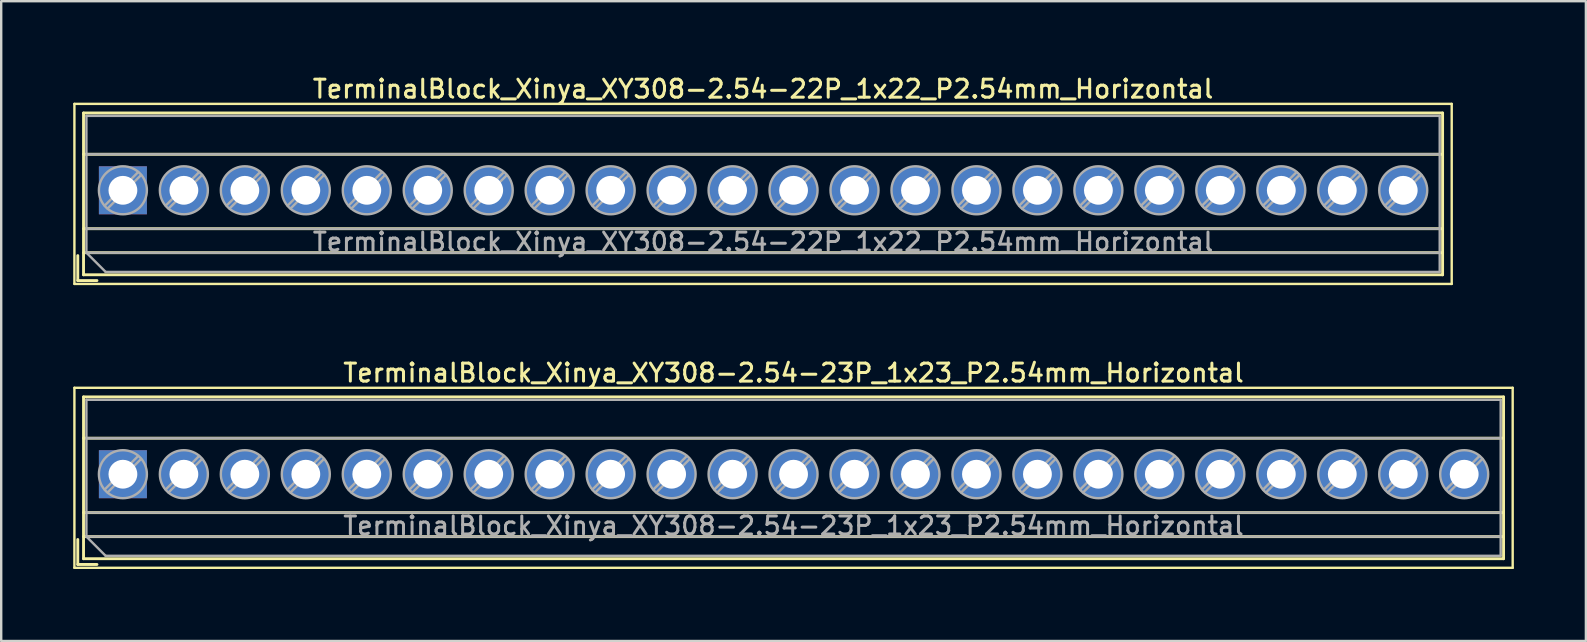
<source format=kicad_pcb>
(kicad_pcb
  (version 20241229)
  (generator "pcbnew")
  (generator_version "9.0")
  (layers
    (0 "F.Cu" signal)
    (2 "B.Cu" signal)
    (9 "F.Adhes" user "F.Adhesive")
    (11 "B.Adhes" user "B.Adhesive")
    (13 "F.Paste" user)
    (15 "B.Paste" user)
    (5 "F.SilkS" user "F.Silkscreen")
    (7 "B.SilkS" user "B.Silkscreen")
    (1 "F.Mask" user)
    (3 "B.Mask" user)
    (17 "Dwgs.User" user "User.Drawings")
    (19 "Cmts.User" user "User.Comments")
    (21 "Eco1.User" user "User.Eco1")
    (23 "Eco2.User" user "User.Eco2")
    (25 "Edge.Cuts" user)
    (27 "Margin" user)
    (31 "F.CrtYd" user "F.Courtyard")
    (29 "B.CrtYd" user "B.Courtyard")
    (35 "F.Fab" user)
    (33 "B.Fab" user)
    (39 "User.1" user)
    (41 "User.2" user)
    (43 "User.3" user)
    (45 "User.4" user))
  (footprint "TerminalBlock_Xinya_XY308-2.54-23P_1x23_P2.54mm_Horizontal"
    (layer "F.Cu")
    (at 2.07 16.706)
    (property "Reference" "TerminalBlock_Xinya_XY308-2.54-23P_1x23_P2.54mm_Horizontal" (at 27.94 -4.22 0) (layer "F.SilkS") (effects (font (size 0.75 0.75) (thickness 0.125))))
    (attr through_hole)
    (fp_line (start -2.02 -3.6) (end -2.02 3.9) (stroke (width 0.1) (type solid)) (layer "F.SilkS"))
    (fp_line (start -2.02 3.9) (end 57.9 3.9) (stroke (width 0.1) (type solid)) (layer "F.SilkS"))
    (fp_line (start -1.88 2.72) (end -1.88 3.76) (stroke (width 0.12) (type solid)) (layer "F.SilkS"))
    (fp_line (start -1.88 3.76) (end -1.08 3.76) (stroke (width 0.12) (type solid)) (layer "F.SilkS"))
    (fp_line (start -1.64 -3.22) (end -1.64 3.52) (stroke (width 0.12) (type solid)) (layer "F.SilkS"))
    (fp_line (start -1.64 -3.22) (end 57.52 -3.22) (stroke (width 0.12) (type solid)) (layer "F.SilkS"))
    (fp_line (start -1.64 -1.501) (end 57.52 -1.501) (stroke (width 0.12) (type solid)) (layer "F.SilkS"))
    (fp_line (start -1.64 1.6) (end 57.52 1.6) (stroke (width 0.12) (type solid)) (layer "F.SilkS"))
    (fp_line (start -1.64 2.6) (end 57.52 2.6) (stroke (width 0.12) (type solid)) (layer "F.SilkS"))
    (fp_line (start -1.64 3.52) (end 57.52 3.52) (stroke (width 0.12) (type solid)) (layer "F.SilkS"))
    (fp_line (start 57.52 -3.22) (end 57.52 3.52) (stroke (width 0.12) (type solid)) (layer "F.SilkS"))
    (fp_line (start 57.9 -3.6) (end -2.02 -3.6) (stroke (width 0.1) (type solid)) (layer "F.SilkS"))
    (fp_line (start 57.9 3.9) (end 57.9 -3.6) (stroke (width 0.1) (type solid)) (layer "F.SilkS"))
    (fp_line (start -1.52 -3.1) (end 57.4 -3.1) (stroke (width 0.1) (type solid)) (layer "F.Fab"))
    (fp_line (start -1.52 -1.5) (end 57.4 -1.5) (stroke (width 0.1) (type solid)) (layer "F.Fab"))
    (fp_line (start -1.52 1.6) (end 57.4 1.6) (stroke (width 0.1) (type solid)) (layer "F.Fab"))
    (fp_line (start -1.52 2.6) (end -1.52 -3.1) (stroke (width 0.1) (type solid)) (layer "F.Fab"))
    (fp_line (start -1.52 2.6) (end 57.4 2.6) (stroke (width 0.1) (type solid)) (layer "F.Fab"))
    (fp_line (start -0.72 3.4) (end -1.52 2.6) (stroke (width 0.1) (type solid)) (layer "F.Fab"))
    (fp_line (start 0.637 -0.759) (end -0.759 0.637) (stroke (width 0.1) (type solid)) (layer "F.Fab"))
    (fp_line (start 0.759 -0.637) (end -0.637 0.759) (stroke (width 0.1) (type solid)) (layer "F.Fab"))
    (fp_line (start 3.177 -0.759) (end 1.782 0.637) (stroke (width 0.1) (type solid)) (layer "F.Fab"))
    (fp_line (start 3.299 -0.637) (end 1.904 0.759) (stroke (width 0.1) (type solid)) (layer "F.Fab"))
    (fp_line (start 5.717 -0.759) (end 4.322 0.637) (stroke (width 0.1) (type solid)) (layer "F.Fab"))
    (fp_line (start 5.839 -0.637) (end 4.444 0.759) (stroke (width 0.1) (type solid)) (layer "F.Fab"))
    (fp_line (start 8.257 -0.759) (end 6.862 0.637) (stroke (width 0.1) (type solid)) (layer "F.Fab"))
    (fp_line (start 8.379 -0.637) (end 6.984 0.759) (stroke (width 0.1) (type solid)) (layer "F.Fab"))
    (fp_line (start 10.797 -0.759) (end 9.402 0.637) (stroke (width 0.1) (type solid)) (layer "F.Fab"))
    (fp_line (start 10.919 -0.637) (end 9.524 0.759) (stroke (width 0.1) (type solid)) (layer "F.Fab"))
    (fp_line (start 13.337 -0.759) (end 11.942 0.637) (stroke (width 0.1) (type solid)) (layer "F.Fab"))
    (fp_line (start 13.459 -0.637) (end 12.064 0.759) (stroke (width 0.1) (type solid)) (layer "F.Fab"))
    (fp_line (start 15.877 -0.759) (end 14.482 0.637) (stroke (width 0.1) (type solid)) (layer "F.Fab"))
    (fp_line (start 15.999 -0.637) (end 14.604 0.759) (stroke (width 0.1) (type solid)) (layer "F.Fab"))
    (fp_line (start 18.417 -0.759) (end 17.022 0.637) (stroke (width 0.1) (type solid)) (layer "F.Fab"))
    (fp_line (start 18.539 -0.637) (end 17.144 0.759) (stroke (width 0.1) (type solid)) (layer "F.Fab"))
    (fp_line (start 20.957 -0.759) (end 19.562 0.637) (stroke (width 0.1) (type solid)) (layer "F.Fab"))
    (fp_line (start 21.079 -0.637) (end 19.684 0.759) (stroke (width 0.1) (type solid)) (layer "F.Fab"))
    (fp_line (start 23.497 -0.759) (end 22.102 0.637) (stroke (width 0.1) (type solid)) (layer "F.Fab"))
    (fp_line (start 23.619 -0.637) (end 22.224 0.759) (stroke (width 0.1) (type solid)) (layer "F.Fab"))
    (fp_line (start 26.037 -0.759) (end 24.642 0.637) (stroke (width 0.1) (type solid)) (layer "F.Fab"))
    (fp_line (start 26.159 -0.637) (end 24.764 0.759) (stroke (width 0.1) (type solid)) (layer "F.Fab"))
    (fp_line (start 28.577 -0.759) (end 27.182 0.637) (stroke (width 0.1) (type solid)) (layer "F.Fab"))
    (fp_line (start 28.699 -0.637) (end 27.304 0.759) (stroke (width 0.1) (type solid)) (layer "F.Fab"))
    (fp_line (start 31.117 -0.759) (end 29.722 0.637) (stroke (width 0.1) (type solid)) (layer "F.Fab"))
    (fp_line (start 31.239 -0.637) (end 29.844 0.759) (stroke (width 0.1) (type solid)) (layer "F.Fab"))
    (fp_line (start 33.657 -0.759) (end 32.262 0.637) (stroke (width 0.1) (type solid)) (layer "F.Fab"))
    (fp_line (start 33.779 -0.637) (end 32.384 0.759) (stroke (width 0.1) (type solid)) (layer "F.Fab"))
    (fp_line (start 36.197 -0.759) (end 34.802 0.637) (stroke (width 0.1) (type solid)) (layer "F.Fab"))
    (fp_line (start 36.319 -0.637) (end 34.924 0.759) (stroke (width 0.1) (type solid)) (layer "F.Fab"))
    (fp_line (start 38.737 -0.759) (end 37.342 0.637) (stroke (width 0.1) (type solid)) (layer "F.Fab"))
    (fp_line (start 38.859 -0.637) (end 37.464 0.759) (stroke (width 0.1) (type solid)) (layer "F.Fab"))
    (fp_line (start 41.277 -0.759) (end 39.882 0.637) (stroke (width 0.1) (type solid)) (layer "F.Fab"))
    (fp_line (start 41.399 -0.637) (end 40.004 0.759) (stroke (width 0.1) (type solid)) (layer "F.Fab"))
    (fp_line (start 43.817 -0.759) (end 42.422 0.637) (stroke (width 0.1) (type solid)) (layer "F.Fab"))
    (fp_line (start 43.939 -0.637) (end 42.544 0.759) (stroke (width 0.1) (type solid)) (layer "F.Fab"))
    (fp_line (start 46.357 -0.759) (end 44.962 0.637) (stroke (width 0.1) (type solid)) (layer "F.Fab"))
    (fp_line (start 46.479 -0.637) (end 45.084 0.759) (stroke (width 0.1) (type solid)) (layer "F.Fab"))
    (fp_line (start 48.897 -0.759) (end 47.502 0.637) (stroke (width 0.1) (type solid)) (layer "F.Fab"))
    (fp_line (start 49.019 -0.637) (end 47.624 0.759) (stroke (width 0.1) (type solid)) (layer "F.Fab"))
    (fp_line (start 51.437 -0.759) (end 50.042 0.637) (stroke (width 0.1) (type solid)) (layer "F.Fab"))
    (fp_line (start 51.559 -0.637) (end 50.164 0.759) (stroke (width 0.1) (type solid)) (layer "F.Fab"))
    (fp_line (start 53.977 -0.759) (end 52.582 0.637) (stroke (width 0.1) (type solid)) (layer "F.Fab"))
    (fp_line (start 54.099 -0.637) (end 52.704 0.759) (stroke (width 0.1) (type solid)) (layer "F.Fab"))
    (fp_line (start 56.517 -0.759) (end 55.122 0.637) (stroke (width 0.1) (type solid)) (layer "F.Fab"))
    (fp_line (start 56.639 -0.637) (end 55.244 0.759) (stroke (width 0.1) (type solid)) (layer "F.Fab"))
    (fp_line (start 57.4 -3.1) (end 57.4 3.4) (stroke (width 0.1) (type solid)) (layer "F.Fab"))
    (fp_line (start 57.4 3.4) (end -0.72 3.4) (stroke (width 0.1) (type solid)) (layer "F.Fab"))
    (fp_circle (center 0 0) (end 1 0) (stroke (width 0.1) (type solid)) (fill no) (layer "F.Fab"))
    (fp_circle (center 2.54 0) (end 3.54 0) (stroke (width 0.1) (type solid)) (fill no) (layer "F.Fab"))
    (fp_circle (center 5.08 0) (end 6.08 0) (stroke (width 0.1) (type solid)) (fill no) (layer "F.Fab"))
    (fp_circle (center 7.62 0) (end 8.62 0) (stroke (width 0.1) (type solid)) (fill no) (layer "F.Fab"))
    (fp_circle (center 10.16 0) (end 11.16 0) (stroke (width 0.1) (type solid)) (fill no) (layer "F.Fab"))
    (fp_circle (center 12.7 0) (end 13.7 0) (stroke (width 0.1) (type solid)) (fill no) (layer "F.Fab"))
    (fp_circle (center 15.24 0) (end 16.24 0) (stroke (width 0.1) (type solid)) (fill no) (layer "F.Fab"))
    (fp_circle (center 17.78 0) (end 18.78 0) (stroke (width 0.1) (type solid)) (fill no) (layer "F.Fab"))
    (fp_circle (center 20.32 0) (end 21.32 0) (stroke (width 0.1) (type solid)) (fill no) (layer "F.Fab"))
    (fp_circle (center 22.86 0) (end 23.86 0) (stroke (width 0.1) (type solid)) (fill no) (layer "F.Fab"))
    (fp_circle (center 25.4 0) (end 26.4 0) (stroke (width 0.1) (type solid)) (fill no) (layer "F.Fab"))
    (fp_circle (center 27.94 0) (end 28.94 0) (stroke (width 0.1) (type solid)) (fill no) (layer "F.Fab"))
    (fp_circle (center 30.48 0) (end 31.48 0) (stroke (width 0.1) (type solid)) (fill no) (layer "F.Fab"))
    (fp_circle (center 33.02 0) (end 34.02 0) (stroke (width 0.1) (type solid)) (fill no) (layer "F.Fab"))
    (fp_circle (center 35.56 0) (end 36.56 0) (stroke (width 0.1) (type solid)) (fill no) (layer "F.Fab"))
    (fp_circle (center 38.1 0) (end 39.1 0) (stroke (width 0.1) (type solid)) (fill no) (layer "F.Fab"))
    (fp_circle (center 40.64 0) (end 41.64 0) (stroke (width 0.1) (type solid)) (fill no) (layer "F.Fab"))
    (fp_circle (center 43.18 0) (end 44.18 0) (stroke (width 0.1) (type solid)) (fill no) (layer "F.Fab"))
    (fp_circle (center 45.72 0) (end 46.72 0) (stroke (width 0.1) (type solid)) (fill no) (layer "F.Fab"))
    (fp_circle (center 48.26 0) (end 49.26 0) (stroke (width 0.1) (type solid)) (fill no) (layer "F.Fab"))
    (fp_circle (center 50.8 0) (end 51.8 0) (stroke (width 0.1) (type solid)) (fill no) (layer "F.Fab"))
    (fp_circle (center 53.34 0) (end 54.34 0) (stroke (width 0.1) (type solid)) (fill no) (layer "F.Fab"))
    (fp_circle (center 55.88 0) (end 56.88 0) (stroke (width 0.1) (type solid)) (fill no) (layer "F.Fab"))
    (fp_text user "${REFERENCE}" (at 27.94 2.15 0) (layer "F.Fab") (effects (font (size 0.75 0.75) (thickness 0.125))))
    (pad "1" thru_hole rect (at 0 0) (size 2 2) (drill 1.2) (layers "*.Cu" "*.Mask"))
    (pad "2" thru_hole circle (at 2.54 0) (size 2 2) (drill 1.2) (layers "*.Cu" "*.Mask"))
    (pad "3" thru_hole circle (at 5.08 0) (size 2 2) (drill 1.2) (layers "*.Cu" "*.Mask"))
    (pad "4" thru_hole circle (at 7.62 0) (size 2 2) (drill 1.2) (layers "*.Cu" "*.Mask"))
    (pad "5" thru_hole circle (at 10.16 0) (size 2 2) (drill 1.2) (layers "*.Cu" "*.Mask"))
    (pad "6" thru_hole circle (at 12.7 0) (size 2 2) (drill 1.2) (layers "*.Cu" "*.Mask"))
    (pad "7" thru_hole circle (at 15.24 0) (size 2 2) (drill 1.2) (layers "*.Cu" "*.Mask"))
    (pad "8" thru_hole circle (at 17.78 0) (size 2 2) (drill 1.2) (layers "*.Cu" "*.Mask"))
    (pad "9" thru_hole circle (at 20.32 0) (size 2 2) (drill 1.2) (layers "*.Cu" "*.Mask"))
    (pad "10" thru_hole circle (at 22.86 0) (size 2 2) (drill 1.2) (layers "*.Cu" "*.Mask"))
    (pad "11" thru_hole circle (at 25.4 0) (size 2 2) (drill 1.2) (layers "*.Cu" "*.Mask"))
    (pad "12" thru_hole circle (at 27.94 0) (size 2 2) (drill 1.2) (layers "*.Cu" "*.Mask"))
    (pad "13" thru_hole circle (at 30.48 0) (size 2 2) (drill 1.2) (layers "*.Cu" "*.Mask"))
    (pad "14" thru_hole circle (at 33.02 0) (size 2 2) (drill 1.2) (layers "*.Cu" "*.Mask"))
    (pad "15" thru_hole circle (at 35.56 0) (size 2 2) (drill 1.2) (layers "*.Cu" "*.Mask"))
    (pad "16" thru_hole circle (at 38.1 0) (size 2 2) (drill 1.2) (layers "*.Cu" "*.Mask"))
    (pad "17" thru_hole circle (at 40.64 0) (size 2 2) (drill 1.2) (layers "*.Cu" "*.Mask"))
    (pad "18" thru_hole circle (at 43.18 0) (size 2 2) (drill 1.2) (layers "*.Cu" "*.Mask"))
    (pad "19" thru_hole circle (at 45.72 0) (size 2 2) (drill 1.2) (layers "*.Cu" "*.Mask"))
    (pad "20" thru_hole circle (at 48.26 0) (size 2 2) (drill 1.2) (layers "*.Cu" "*.Mask"))
    (pad "21" thru_hole circle (at 50.8 0) (size 2 2) (drill 1.2) (layers "*.Cu" "*.Mask"))
    (pad "22" thru_hole circle (at 53.34 0) (size 2 2) (drill 1.2) (layers "*.Cu" "*.Mask"))
    (pad "23" thru_hole circle (at 55.88 0) (size 2 2) (drill 1.2) (layers "*.Cu" "*.Mask")))
  (footprint "TerminalBlock_Xinya_XY308-2.54-22P_1x22_P2.54mm_Horizontal"
    (layer "F.Cu")
    (at 2.07 4.878)
    (property "Reference" "TerminalBlock_Xinya_XY308-2.54-22P_1x22_P2.54mm_Horizontal" (at 26.67 -4.22 0) (layer "F.SilkS") (effects (font (size 0.75 0.75) (thickness 0.125))))
    (attr through_hole)
    (fp_line (start -2.02 -3.6) (end -2.02 3.9) (stroke (width 0.1) (type solid)) (layer "F.SilkS"))
    (fp_line (start -2.02 3.9) (end 55.36 3.9) (stroke (width 0.1) (type solid)) (layer "F.SilkS"))
    (fp_line (start -1.88 2.72) (end -1.88 3.76) (stroke (width 0.12) (type solid)) (layer "F.SilkS"))
    (fp_line (start -1.88 3.76) (end -1.08 3.76) (stroke (width 0.12) (type solid)) (layer "F.SilkS"))
    (fp_line (start -1.64 -3.22) (end -1.64 3.52) (stroke (width 0.12) (type solid)) (layer "F.SilkS"))
    (fp_line (start -1.64 -3.22) (end 54.98 -3.22) (stroke (width 0.12) (type solid)) (layer "F.SilkS"))
    (fp_line (start -1.64 -1.501) (end 54.98 -1.501) (stroke (width 0.12) (type solid)) (layer "F.SilkS"))
    (fp_line (start -1.64 1.6) (end 54.98 1.6) (stroke (width 0.12) (type solid)) (layer "F.SilkS"))
    (fp_line (start -1.64 2.6) (end 54.98 2.6) (stroke (width 0.12) (type solid)) (layer "F.SilkS"))
    (fp_line (start -1.64 3.52) (end 54.98 3.52) (stroke (width 0.12) (type solid)) (layer "F.SilkS"))
    (fp_line (start 54.98 -3.22) (end 54.98 3.52) (stroke (width 0.12) (type solid)) (layer "F.SilkS"))
    (fp_line (start 55.36 -3.6) (end -2.02 -3.6) (stroke (width 0.1) (type solid)) (layer "F.SilkS"))
    (fp_line (start 55.36 3.9) (end 55.36 -3.6) (stroke (width 0.1) (type solid)) (layer "F.SilkS"))
    (fp_line (start -1.52 -3.1) (end 54.86 -3.1) (stroke (width 0.1) (type solid)) (layer "F.Fab"))
    (fp_line (start -1.52 -1.5) (end 54.86 -1.5) (stroke (width 0.1) (type solid)) (layer "F.Fab"))
    (fp_line (start -1.52 1.6) (end 54.86 1.6) (stroke (width 0.1) (type solid)) (layer "F.Fab"))
    (fp_line (start -1.52 2.6) (end -1.52 -3.1) (stroke (width 0.1) (type solid)) (layer "F.Fab"))
    (fp_line (start -1.52 2.6) (end 54.86 2.6) (stroke (width 0.1) (type solid)) (layer "F.Fab"))
    (fp_line (start -0.72 3.4) (end -1.52 2.6) (stroke (width 0.1) (type solid)) (layer "F.Fab"))
    (fp_line (start 0.637 -0.759) (end -0.759 0.637) (stroke (width 0.1) (type solid)) (layer "F.Fab"))
    (fp_line (start 0.759 -0.637) (end -0.637 0.759) (stroke (width 0.1) (type solid)) (layer "F.Fab"))
    (fp_line (start 3.177 -0.759) (end 1.782 0.637) (stroke (width 0.1) (type solid)) (layer "F.Fab"))
    (fp_line (start 3.299 -0.637) (end 1.904 0.759) (stroke (width 0.1) (type solid)) (layer "F.Fab"))
    (fp_line (start 5.717 -0.759) (end 4.322 0.637) (stroke (width 0.1) (type solid)) (layer "F.Fab"))
    (fp_line (start 5.839 -0.637) (end 4.444 0.759) (stroke (width 0.1) (type solid)) (layer "F.Fab"))
    (fp_line (start 8.257 -0.759) (end 6.862 0.637) (stroke (width 0.1) (type solid)) (layer "F.Fab"))
    (fp_line (start 8.379 -0.637) (end 6.984 0.759) (stroke (width 0.1) (type solid)) (layer "F.Fab"))
    (fp_line (start 10.797 -0.759) (end 9.402 0.637) (stroke (width 0.1) (type solid)) (layer "F.Fab"))
    (fp_line (start 10.919 -0.637) (end 9.524 0.759) (stroke (width 0.1) (type solid)) (layer "F.Fab"))
    (fp_line (start 13.337 -0.759) (end 11.942 0.637) (stroke (width 0.1) (type solid)) (layer "F.Fab"))
    (fp_line (start 13.459 -0.637) (end 12.064 0.759) (stroke (width 0.1) (type solid)) (layer "F.Fab"))
    (fp_line (start 15.877 -0.759) (end 14.482 0.637) (stroke (width 0.1) (type solid)) (layer "F.Fab"))
    (fp_line (start 15.999 -0.637) (end 14.604 0.759) (stroke (width 0.1) (type solid)) (layer "F.Fab"))
    (fp_line (start 18.417 -0.759) (end 17.022 0.637) (stroke (width 0.1) (type solid)) (layer "F.Fab"))
    (fp_line (start 18.539 -0.637) (end 17.144 0.759) (stroke (width 0.1) (type solid)) (layer "F.Fab"))
    (fp_line (start 20.957 -0.759) (end 19.562 0.637) (stroke (width 0.1) (type solid)) (layer "F.Fab"))
    (fp_line (start 21.079 -0.637) (end 19.684 0.759) (stroke (width 0.1) (type solid)) (layer "F.Fab"))
    (fp_line (start 23.497 -0.759) (end 22.102 0.637) (stroke (width 0.1) (type solid)) (layer "F.Fab"))
    (fp_line (start 23.619 -0.637) (end 22.224 0.759) (stroke (width 0.1) (type solid)) (layer "F.Fab"))
    (fp_line (start 26.037 -0.759) (end 24.642 0.637) (stroke (width 0.1) (type solid)) (layer "F.Fab"))
    (fp_line (start 26.159 -0.637) (end 24.764 0.759) (stroke (width 0.1) (type solid)) (layer "F.Fab"))
    (fp_line (start 28.577 -0.759) (end 27.182 0.637) (stroke (width 0.1) (type solid)) (layer "F.Fab"))
    (fp_line (start 28.699 -0.637) (end 27.304 0.759) (stroke (width 0.1) (type solid)) (layer "F.Fab"))
    (fp_line (start 31.117 -0.759) (end 29.722 0.637) (stroke (width 0.1) (type solid)) (layer "F.Fab"))
    (fp_line (start 31.239 -0.637) (end 29.844 0.759) (stroke (width 0.1) (type solid)) (layer "F.Fab"))
    (fp_line (start 33.657 -0.759) (end 32.262 0.637) (stroke (width 0.1) (type solid)) (layer "F.Fab"))
    (fp_line (start 33.779 -0.637) (end 32.384 0.759) (stroke (width 0.1) (type solid)) (layer "F.Fab"))
    (fp_line (start 36.197 -0.759) (end 34.802 0.637) (stroke (width 0.1) (type solid)) (layer "F.Fab"))
    (fp_line (start 36.319 -0.637) (end 34.924 0.759) (stroke (width 0.1) (type solid)) (layer "F.Fab"))
    (fp_line (start 38.737 -0.759) (end 37.342 0.637) (stroke (width 0.1) (type solid)) (layer "F.Fab"))
    (fp_line (start 38.859 -0.637) (end 37.464 0.759) (stroke (width 0.1) (type solid)) (layer "F.Fab"))
    (fp_line (start 41.277 -0.759) (end 39.882 0.637) (stroke (width 0.1) (type solid)) (layer "F.Fab"))
    (fp_line (start 41.399 -0.637) (end 40.004 0.759) (stroke (width 0.1) (type solid)) (layer "F.Fab"))
    (fp_line (start 43.817 -0.759) (end 42.422 0.637) (stroke (width 0.1) (type solid)) (layer "F.Fab"))
    (fp_line (start 43.939 -0.637) (end 42.544 0.759) (stroke (width 0.1) (type solid)) (layer "F.Fab"))
    (fp_line (start 46.357 -0.759) (end 44.962 0.637) (stroke (width 0.1) (type solid)) (layer "F.Fab"))
    (fp_line (start 46.479 -0.637) (end 45.084 0.759) (stroke (width 0.1) (type solid)) (layer "F.Fab"))
    (fp_line (start 48.897 -0.759) (end 47.502 0.637) (stroke (width 0.1) (type solid)) (layer "F.Fab"))
    (fp_line (start 49.019 -0.637) (end 47.624 0.759) (stroke (width 0.1) (type solid)) (layer "F.Fab"))
    (fp_line (start 51.437 -0.759) (end 50.042 0.637) (stroke (width 0.1) (type solid)) (layer "F.Fab"))
    (fp_line (start 51.559 -0.637) (end 50.164 0.759) (stroke (width 0.1) (type solid)) (layer "F.Fab"))
    (fp_line (start 53.977 -0.759) (end 52.582 0.637) (stroke (width 0.1) (type solid)) (layer "F.Fab"))
    (fp_line (start 54.099 -0.637) (end 52.704 0.759) (stroke (width 0.1) (type solid)) (layer "F.Fab"))
    (fp_line (start 54.86 -3.1) (end 54.86 3.4) (stroke (width 0.1) (type solid)) (layer "F.Fab"))
    (fp_line (start 54.86 3.4) (end -0.72 3.4) (stroke (width 0.1) (type solid)) (layer "F.Fab"))
    (fp_circle (center 0 0) (end 1 0) (stroke (width 0.1) (type solid)) (fill no) (layer "F.Fab"))
    (fp_circle (center 2.54 0) (end 3.54 0) (stroke (width 0.1) (type solid)) (fill no) (layer "F.Fab"))
    (fp_circle (center 5.08 0) (end 6.08 0) (stroke (width 0.1) (type solid)) (fill no) (layer "F.Fab"))
    (fp_circle (center 7.62 0) (end 8.62 0) (stroke (width 0.1) (type solid)) (fill no) (layer "F.Fab"))
    (fp_circle (center 10.16 0) (end 11.16 0) (stroke (width 0.1) (type solid)) (fill no) (layer "F.Fab"))
    (fp_circle (center 12.7 0) (end 13.7 0) (stroke (width 0.1) (type solid)) (fill no) (layer "F.Fab"))
    (fp_circle (center 15.24 0) (end 16.24 0) (stroke (width 0.1) (type solid)) (fill no) (layer "F.Fab"))
    (fp_circle (center 17.78 0) (end 18.78 0) (stroke (width 0.1) (type solid)) (fill no) (layer "F.Fab"))
    (fp_circle (center 20.32 0) (end 21.32 0) (stroke (width 0.1) (type solid)) (fill no) (layer "F.Fab"))
    (fp_circle (center 22.86 0) (end 23.86 0) (stroke (width 0.1) (type solid)) (fill no) (layer "F.Fab"))
    (fp_circle (center 25.4 0) (end 26.4 0) (stroke (width 0.1) (type solid)) (fill no) (layer "F.Fab"))
    (fp_circle (center 27.94 0) (end 28.94 0) (stroke (width 0.1) (type solid)) (fill no) (layer "F.Fab"))
    (fp_circle (center 30.48 0) (end 31.48 0) (stroke (width 0.1) (type solid)) (fill no) (layer "F.Fab"))
    (fp_circle (center 33.02 0) (end 34.02 0) (stroke (width 0.1) (type solid)) (fill no) (layer "F.Fab"))
    (fp_circle (center 35.56 0) (end 36.56 0) (stroke (width 0.1) (type solid)) (fill no) (layer "F.Fab"))
    (fp_circle (center 38.1 0) (end 39.1 0) (stroke (width 0.1) (type solid)) (fill no) (layer "F.Fab"))
    (fp_circle (center 40.64 0) (end 41.64 0) (stroke (width 0.1) (type solid)) (fill no) (layer "F.Fab"))
    (fp_circle (center 43.18 0) (end 44.18 0) (stroke (width 0.1) (type solid)) (fill no) (layer "F.Fab"))
    (fp_circle (center 45.72 0) (end 46.72 0) (stroke (width 0.1) (type solid)) (fill no) (layer "F.Fab"))
    (fp_circle (center 48.26 0) (end 49.26 0) (stroke (width 0.1) (type solid)) (fill no) (layer "F.Fab"))
    (fp_circle (center 50.8 0) (end 51.8 0) (stroke (width 0.1) (type solid)) (fill no) (layer "F.Fab"))
    (fp_circle (center 53.34 0) (end 54.34 0) (stroke (width 0.1) (type solid)) (fill no) (layer "F.Fab"))
    (fp_text user "${REFERENCE}" (at 26.67 2.15 0) (layer "F.Fab") (effects (font (size 0.75 0.75) (thickness 0.125))))
    (pad "1" thru_hole rect (at 0 0) (size 2 2) (drill 1.2) (layers "*.Cu" "*.Mask"))
    (pad "2" thru_hole circle (at 2.54 0) (size 2 2) (drill 1.2) (layers "*.Cu" "*.Mask"))
    (pad "3" thru_hole circle (at 5.08 0) (size 2 2) (drill 1.2) (layers "*.Cu" "*.Mask"))
    (pad "4" thru_hole circle (at 7.62 0) (size 2 2) (drill 1.2) (layers "*.Cu" "*.Mask"))
    (pad "5" thru_hole circle (at 10.16 0) (size 2 2) (drill 1.2) (layers "*.Cu" "*.Mask"))
    (pad "6" thru_hole circle (at 12.7 0) (size 2 2) (drill 1.2) (layers "*.Cu" "*.Mask"))
    (pad "7" thru_hole circle (at 15.24 0) (size 2 2) (drill 1.2) (layers "*.Cu" "*.Mask"))
    (pad "8" thru_hole circle (at 17.78 0) (size 2 2) (drill 1.2) (layers "*.Cu" "*.Mask"))
    (pad "9" thru_hole circle (at 20.32 0) (size 2 2) (drill 1.2) (layers "*.Cu" "*.Mask"))
    (pad "10" thru_hole circle (at 22.86 0) (size 2 2) (drill 1.2) (layers "*.Cu" "*.Mask"))
    (pad "11" thru_hole circle (at 25.4 0) (size 2 2) (drill 1.2) (layers "*.Cu" "*.Mask"))
    (pad "12" thru_hole circle (at 27.94 0) (size 2 2) (drill 1.2) (layers "*.Cu" "*.Mask"))
    (pad "13" thru_hole circle (at 30.48 0) (size 2 2) (drill 1.2) (layers "*.Cu" "*.Mask"))
    (pad "14" thru_hole circle (at 33.02 0) (size 2 2) (drill 1.2) (layers "*.Cu" "*.Mask"))
    (pad "15" thru_hole circle (at 35.56 0) (size 2 2) (drill 1.2) (layers "*.Cu" "*.Mask"))
    (pad "16" thru_hole circle (at 38.1 0) (size 2 2) (drill 1.2) (layers "*.Cu" "*.Mask"))
    (pad "17" thru_hole circle (at 40.64 0) (size 2 2) (drill 1.2) (layers "*.Cu" "*.Mask"))
    (pad "18" thru_hole circle (at 43.18 0) (size 2 2) (drill 1.2) (layers "*.Cu" "*.Mask"))
    (pad "19" thru_hole circle (at 45.72 0) (size 2 2) (drill 1.2) (layers "*.Cu" "*.Mask"))
    (pad "20" thru_hole circle (at 48.26 0) (size 2 2) (drill 1.2) (layers "*.Cu" "*.Mask"))
    (pad "21" thru_hole circle (at 50.8 0) (size 2 2) (drill 1.2) (layers "*.Cu" "*.Mask"))
    (pad "22" thru_hole circle (at 53.34 0) (size 2 2) (drill 1.2) (layers "*.Cu" "*.Mask")))
  (gr_rect
    (start -3 -3)
    (end 63.02 23.656)
    (stroke (width 0.1) (type default))
    (fill no)
    (layer "Edge.Cuts")))
</source>
